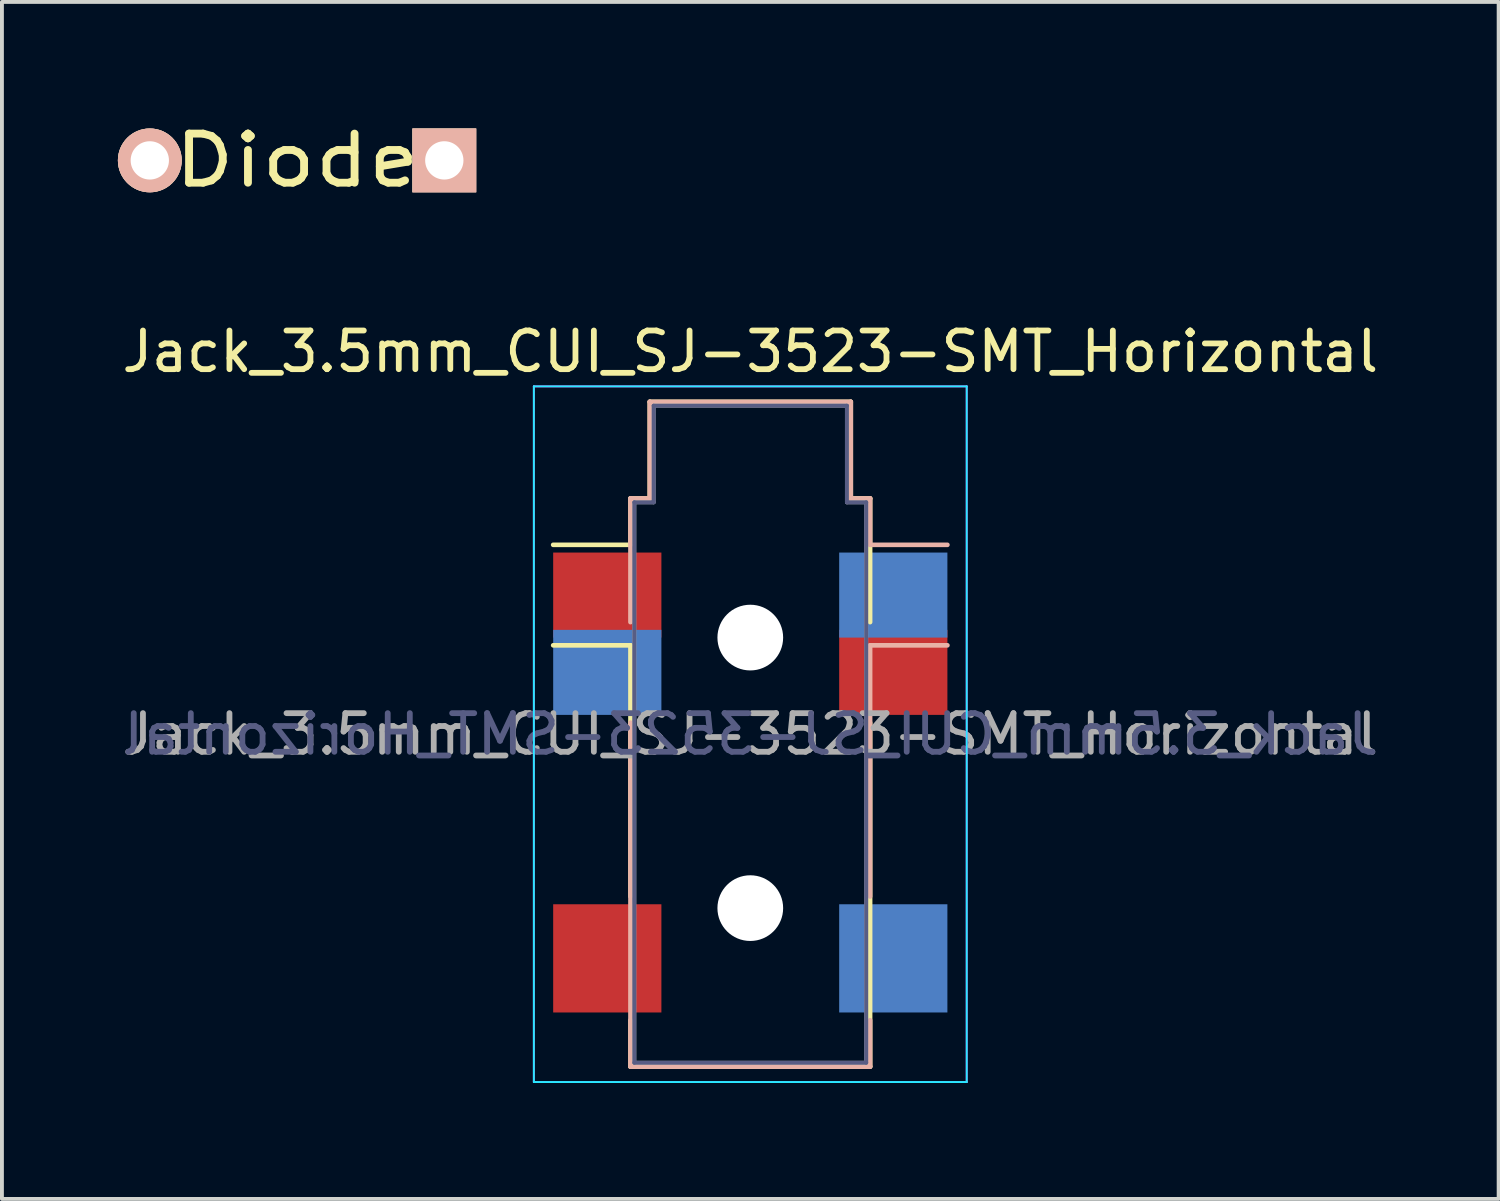
<source format=kicad_pcb>
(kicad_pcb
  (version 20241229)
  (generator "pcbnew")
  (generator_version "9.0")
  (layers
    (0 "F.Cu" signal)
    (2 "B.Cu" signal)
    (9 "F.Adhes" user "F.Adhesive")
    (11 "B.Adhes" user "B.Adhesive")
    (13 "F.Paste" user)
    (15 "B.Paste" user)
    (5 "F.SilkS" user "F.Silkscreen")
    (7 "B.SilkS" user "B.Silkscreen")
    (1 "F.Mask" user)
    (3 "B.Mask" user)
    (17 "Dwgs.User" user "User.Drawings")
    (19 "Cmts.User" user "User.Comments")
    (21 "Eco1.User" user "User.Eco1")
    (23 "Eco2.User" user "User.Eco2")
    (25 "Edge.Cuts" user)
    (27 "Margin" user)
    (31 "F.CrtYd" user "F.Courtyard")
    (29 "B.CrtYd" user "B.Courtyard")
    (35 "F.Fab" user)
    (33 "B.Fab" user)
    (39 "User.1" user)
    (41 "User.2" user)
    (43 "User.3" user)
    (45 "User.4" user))
  (footprint "Jack_3.5mm_CUI_SJ-3523-SMT_Horizontal"
    (layer "F.Cu")
    (at 16.363 15.947)
    (property "Reference" "Jack_3.5mm_CUI_SJ-3523-SMT_Horizontal" (at 0 -9.9 0) (layer "F.SilkS") (effects (font (size 1 1) (thickness 0.15))))
    (attr smd)
    (fp_line (start -3.1 -6.1) (end -2.6 -6.1) (stroke (width 0.12) (type solid)) (layer "F.SilkS"))
    (fp_line (start -3.1 -4.9) (end -5.1 -4.9) (stroke (width 0.12) (type solid)) (layer "F.SilkS"))
    (fp_line (start -3.1 -4.9) (end -3.1 -6.1) (stroke (width 0.12) (type solid)) (layer "F.SilkS"))
    (fp_line (start -3.1 -2.3) (end -5.1 -2.3) (stroke (width 0.12) (type solid)) (layer "F.SilkS"))
    (fp_line (start -3.1 4.2) (end -3.1 -2.3) (stroke (width 0.12) (type solid)) (layer "F.SilkS"))
    (fp_line (start -3.1 8.6) (end -3.1 7.4) (stroke (width 0.12) (type solid)) (layer "F.SilkS"))
    (fp_line (start -2.6 -8.6) (end 2.6 -8.6) (stroke (width 0.12) (type solid)) (layer "F.SilkS"))
    (fp_line (start -2.6 -6.1) (end -2.6 -8.6) (stroke (width 0.12) (type solid)) (layer "F.SilkS"))
    (fp_line (start 2.6 -8.6) (end 2.6 -6.1) (stroke (width 0.12) (type solid)) (layer "F.SilkS"))
    (fp_line (start 2.6 -6.1) (end 3.1 -6.1) (stroke (width 0.12) (type solid)) (layer "F.SilkS"))
    (fp_line (start 3.1 -6.1) (end 3.1 -2.9) (stroke (width 0.12) (type solid)) (layer "F.SilkS"))
    (fp_line (start 3.1 -0.3) (end 3.1 8.6) (stroke (width 0.12) (type solid)) (layer "F.SilkS"))
    (fp_line (start 3.1 8.6) (end -3.1 8.6) (stroke (width 0.12) (type solid)) (layer "F.SilkS"))
    (fp_line (start -3.1 -6.1) (end -3.1 -2.9) (stroke (width 0.12) (type solid)) (layer "B.SilkS"))
    (fp_line (start -3.1 -0.3) (end -3.1 8.6) (stroke (width 0.12) (type solid)) (layer "B.SilkS"))
    (fp_line (start -3.1 8.6) (end 3.1 8.6) (stroke (width 0.12) (type solid)) (layer "B.SilkS"))
    (fp_line (start -2.6 -8.6) (end -2.6 -6.1) (stroke (width 0.12) (type solid)) (layer "B.SilkS"))
    (fp_line (start -2.6 -6.1) (end -3.1 -6.1) (stroke (width 0.12) (type solid)) (layer "B.SilkS"))
    (fp_line (start 2.6 -8.6) (end -2.6 -8.6) (stroke (width 0.12) (type solid)) (layer "B.SilkS"))
    (fp_line (start 2.6 -6.1) (end 2.6 -8.6) (stroke (width 0.12) (type solid)) (layer "B.SilkS"))
    (fp_line (start 3.1 -6.1) (end 2.6 -6.1) (stroke (width 0.12) (type solid)) (layer "B.SilkS"))
    (fp_line (start 3.1 -4.9) (end 3.1 -6.1) (stroke (width 0.12) (type solid)) (layer "B.SilkS"))
    (fp_line (start 3.1 -4.9) (end 5.1 -4.9) (stroke (width 0.12) (type solid)) (layer "B.SilkS"))
    (fp_line (start 3.1 -2.3) (end 5.1 -2.3) (stroke (width 0.12) (type solid)) (layer "B.SilkS"))
    (fp_line (start 3.1 4.2) (end 3.1 -2.3) (stroke (width 0.12) (type solid)) (layer "B.SilkS"))
    (fp_line (start 3.1 8.6) (end 3.1 7.4) (stroke (width 0.12) (type solid)) (layer "B.SilkS"))
    (fp_line (start -5.6 -9) (end -5.6 9) (stroke (width 0.05) (type solid)) (layer "B.CrtYd"))
    (fp_line (start -5.6 9) (end 5.6 9) (stroke (width 0.05) (type solid)) (layer "B.CrtYd"))
    (fp_line (start 5.6 -9) (end -5.6 -9) (stroke (width 0.05) (type solid)) (layer "B.CrtYd"))
    (fp_line (start 5.6 9) (end 5.6 -9) (stroke (width 0.05) (type solid)) (layer "B.CrtYd"))
    (fp_line (start -5.6 -9) (end 5.6 -9) (stroke (width 0.05) (type solid)) (layer "F.CrtYd"))
    (fp_line (start -5.6 9) (end -5.6 -9) (stroke (width 0.05) (type solid)) (layer "F.CrtYd"))
    (fp_line (start 5.6 -9) (end 5.6 9) (stroke (width 0.05) (type solid)) (layer "F.CrtYd"))
    (fp_line (start 5.6 9) (end -5.6 9) (stroke (width 0.05) (type solid)) (layer "F.CrtYd"))
    (fp_line (start -3 -6) (end -3 8.5) (stroke (width 0.1) (type solid)) (layer "B.Fab"))
    (fp_line (start -3 8.5) (end 3 8.5) (stroke (width 0.1) (type solid)) (layer "B.Fab"))
    (fp_line (start -2.5 -8.5) (end -2.5 -6) (stroke (width 0.1) (type solid)) (layer "B.Fab"))
    (fp_line (start -2.5 -6) (end -3 -6) (stroke (width 0.1) (type solid)) (layer "B.Fab"))
    (fp_line (start 2.5 -8.5) (end -2.5 -8.5) (stroke (width 0.1) (type solid)) (layer "B.Fab"))
    (fp_line (start 2.5 -6) (end 2.5 -8.5) (stroke (width 0.1) (type solid)) (layer "B.Fab"))
    (fp_line (start 3 -6) (end 2.5 -6) (stroke (width 0.1) (type solid)) (layer "B.Fab"))
    (fp_line (start 3 8.5) (end 3 -6) (stroke (width 0.1) (type solid)) (layer "B.Fab"))
    (fp_line (start -3 -6) (end -2.5 -6) (stroke (width 0.1) (type solid)) (layer "F.Fab"))
    (fp_line (start -3 8.5) (end -3 -6) (stroke (width 0.1) (type solid)) (layer "F.Fab"))
    (fp_line (start -2.5 -8.5) (end 2.5 -8.5) (stroke (width 0.1) (type solid)) (layer "F.Fab"))
    (fp_line (start -2.5 -6) (end -2.5 -8.5) (stroke (width 0.1) (type solid)) (layer "F.Fab"))
    (fp_line (start 2.5 -8.5) (end 2.5 -6) (stroke (width 0.1) (type solid)) (layer "F.Fab"))
    (fp_line (start 2.5 -6) (end 3 -6) (stroke (width 0.1) (type solid)) (layer "F.Fab"))
    (fp_line (start 3 -6) (end 3 8.5) (stroke (width 0.1) (type solid)) (layer "F.Fab"))
    (fp_line (start 3 8.5) (end -3 8.5) (stroke (width 0.1) (type solid)) (layer "F.Fab"))
    (fp_text user "${REFERENCE}" (at 0 0 180) (layer "B.Fab") (effects (font (size 1 1) (thickness 0.15)) (justify mirror)))
    (fp_text user "${REFERENCE}" (at 0 0 0) (layer "F.Fab") (effects (font (size 1 1) (thickness 0.15))))
    (pad "" np_thru_hole circle (at 0 -2.5) (size 1.7 1.7) (drill 1.7) (layers "*.Cu" "*.Mask"))
    (pad "" np_thru_hole circle (at 0 4.5) (size 1.7 1.7) (drill 1.7) (layers "*.Cu" "*.Mask"))
    (pad "R" smd rect (at -3.7 -1.6 180) (size 2.8 2.2) (layers "B.Cu" "B.Mask" "B.Paste"))
    (pad "R" smd rect (at 3.7 -1.6) (size 2.8 2.2) (layers "F.Cu" "F.Mask" "F.Paste"))
    (pad "S" smd rect (at -3.7 -3.6) (size 2.8 2.2) (layers "F.Cu" "F.Mask" "F.Paste"))
    (pad "S" smd rect (at 3.7 -3.6 180) (size 2.8 2.2) (layers "B.Cu" "B.Mask" "B.Paste"))
    (pad "T" smd rect (at -3.7 5.8) (size 2.8 2.8) (layers "F.Cu" "F.Mask" "F.Paste"))
    (pad "T" smd rect (at 3.7 5.8 180) (size 2.8 2.8) (layers "B.Cu" "B.Mask" "B.Paste")))
  (footprint "Diode"
    (layer "F.Cu")
    (at 4.636 1.1)
    (property "Reference" "Diode" (at 0 0 0) (layer "F.SilkS") (effects (font (size 1.27 1.524) (thickness 0.203))))
    (attr through_hole)
    (pad "1" thru_hole circle (at -3.81 0) (size 1.651 1.651) (drill 0.991) (layers "*.Cu" "*.SilkS" "*.Mask"))
    (pad "2" thru_hole rect (at 3.81 0) (size 1.651 1.651) (drill 0.991) (layers "*.Cu" "*.SilkS" "*.Mask")))
  (gr_rect
    (start -3 -3)
    (end 35.726 27.972)
    (stroke (width 0.1) (type default))
    (fill no)
    (layer "Edge.Cuts")))
</source>
